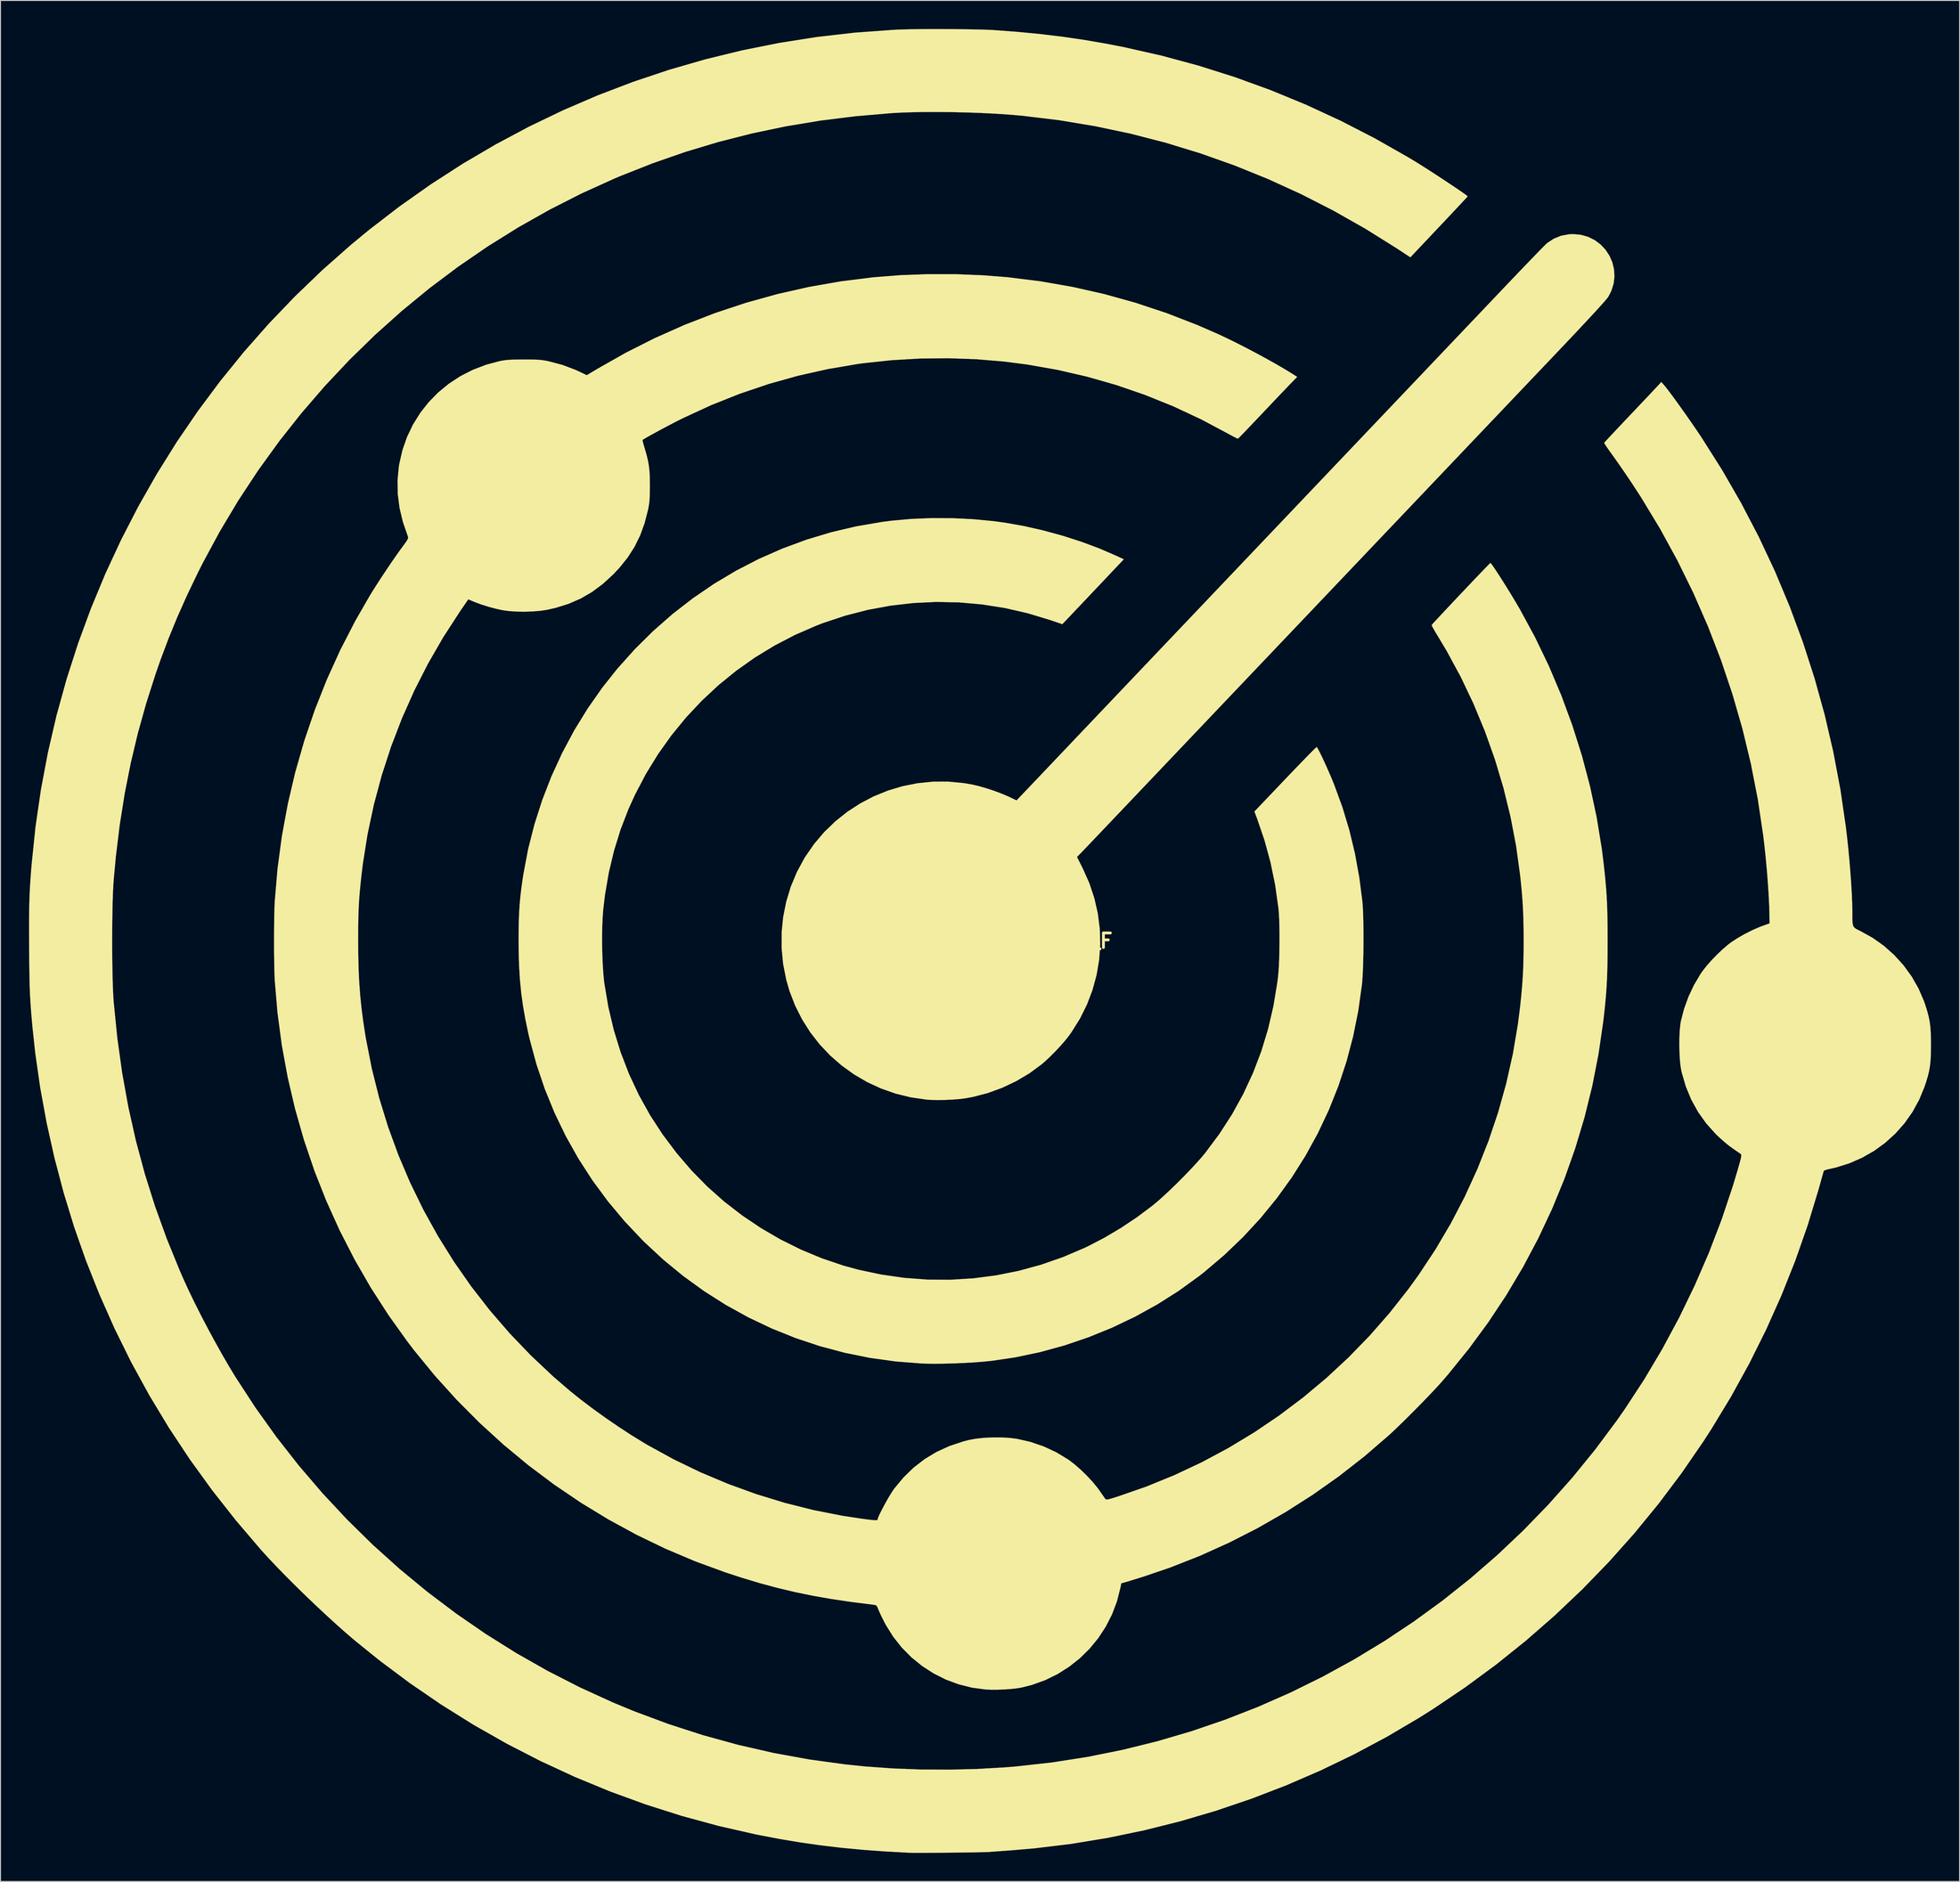
<source format=kicad_pcb>
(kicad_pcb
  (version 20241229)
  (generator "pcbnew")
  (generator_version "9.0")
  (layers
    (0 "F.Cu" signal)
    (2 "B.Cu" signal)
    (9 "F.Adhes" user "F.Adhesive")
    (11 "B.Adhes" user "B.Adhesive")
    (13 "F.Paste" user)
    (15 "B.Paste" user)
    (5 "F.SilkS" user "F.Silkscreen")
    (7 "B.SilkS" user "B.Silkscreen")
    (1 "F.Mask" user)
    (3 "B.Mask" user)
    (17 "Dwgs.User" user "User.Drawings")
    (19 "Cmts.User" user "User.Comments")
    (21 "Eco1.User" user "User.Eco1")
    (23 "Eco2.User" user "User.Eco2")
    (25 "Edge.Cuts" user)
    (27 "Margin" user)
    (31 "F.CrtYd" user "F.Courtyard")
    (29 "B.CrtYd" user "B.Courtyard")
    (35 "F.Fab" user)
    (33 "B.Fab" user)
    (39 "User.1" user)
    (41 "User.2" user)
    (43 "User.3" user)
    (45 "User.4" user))
  (footprint "radar-tracking_20x20_F"
    (layer "F.Cu")
    (at 99.879 95.798)
    (property "Reference" "radar-tracking_20x20_F" (at 0 0 0) (layer "F.SilkS") (effects (font (size 1.524 1.524) (thickness 0.3))))
    (attr through_hole)
    (fp_poly (pts (xy 63.104 -74.176) (xy 63.87 -73.957) (xy 64.561 -73.611) (xy 65.168 -73.157) (xy 65.683 -72.608) (xy 66.094 -71.984) (xy 66.394 -71.299) (xy 66.573 -70.57) (xy 66.622 -69.813) (xy 66.532 -69.046) (xy 66.292 -68.284) (xy 65.979 -67.675) (xy 65.854 -67.508) (xy 65.611 -67.22) (xy 65.252 -66.815) (xy 64.779 -66.292) (xy 64.191 -65.655) (xy 63.492 -64.903) (xy 62.681 -64.038) (xy 61.76 -63.062) (xy 60.731 -61.975) (xy 60.156 -61.37) (xy 59.212 -60.377) (xy 58.191 -59.305) (xy 57.116 -58.174) (xy 56.007 -57.007) (xy 54.885 -55.827) (xy 53.771 -54.656) (xy 52.687 -53.516) (xy 51.654 -52.43) (xy 50.694 -51.419) (xy 49.826 -50.507) (xy 49.743 -50.419) (xy 49.084 -49.726) (xy 48.402 -49.008) (xy 47.69 -48.259) (xy 46.945 -47.475) (xy 46.161 -46.651) (xy 45.334 -45.78) (xy 44.458 -44.859) (xy 43.53 -43.883) (xy 42.543 -42.845) (xy 41.494 -41.742) (xy 40.378 -40.567) (xy 39.189 -39.317) (xy 37.923 -37.985) (xy 36.576 -36.567) (xy 35.141 -35.058) (xy 33.615 -33.453) (xy 31.992 -31.746) (xy 30.268 -29.932) (xy 28.438 -28.007) (xy 26.496 -25.965) (xy 26.12 -25.569) (xy 25.424 -24.837) (xy 24.628 -24) (xy 23.752 -23.078) (xy 22.812 -22.089) (xy 21.827 -21.053) (xy 20.814 -19.987) (xy 19.791 -18.911) (xy 18.777 -17.843) (xy 17.787 -16.802) (xy 16.841 -15.806) (xy 16.425 -15.369) (xy 15.618 -14.519) (xy 14.839 -13.7) (xy 14.096 -12.919) (xy 13.4 -12.187) (xy 12.756 -11.511) (xy 12.176 -10.901) (xy 11.666 -10.366) (xy 11.236 -9.915) (xy 10.894 -9.557) (xy 10.648 -9.301) (xy 10.507 -9.155) (xy 10.485 -9.132) (xy 10.175 -8.82) (xy 10.786 -7.606) (xy 11.474 -6.06) (xy 11.999 -4.48) (xy 12.364 -2.874) (xy 12.569 -1.255) (xy 12.614 0.368) (xy 12.502 1.984) (xy 12.232 3.582) (xy 11.805 5.152) (xy 11.223 6.684) (xy 10.486 8.167) (xy 9.596 9.59) (xy 9.292 10.013) (xy 8.917 10.484) (xy 8.448 11.02) (xy 7.923 11.581) (xy 7.383 12.127) (xy 6.864 12.617) (xy 6.468 12.96) (xy 5.191 13.901) (xy 3.806 14.726) (xy 2.339 15.422) (xy 0.814 15.98) (xy -0.744 16.387) (xy -1.639 16.548) (xy -2.276 16.624) (xy -3.012 16.678) (xy -3.79 16.71) (xy -4.553 16.718) (xy -5.243 16.699) (xy -5.625 16.672) (xy -7.273 16.434) (xy -8.869 16.042) (xy -10.404 15.502) (xy -11.869 14.823) (xy -13.255 14.011) (xy -14.554 13.075) (xy -15.756 12.022) (xy -16.853 10.86) (xy -17.836 9.595) (xy -18.696 8.236) (xy -19.424 6.79) (xy -20.012 5.265) (xy -20.355 4.076) (xy -20.679 2.427) (xy -20.84 0.77) (xy -20.837 -0.884) (xy -20.674 -2.523) (xy -20.352 -4.134) (xy -19.873 -5.706) (xy -19.239 -7.227) (xy -18.451 -8.686) (xy -18.369 -8.82) (xy -17.427 -10.181) (xy -16.368 -11.429) (xy -15.201 -12.557) (xy -13.939 -13.562) (xy -12.591 -14.438) (xy -11.169 -15.181) (xy -9.685 -15.786) (xy -8.148 -16.248) (xy -6.57 -16.563) (xy -4.962 -16.725) (xy -3.335 -16.73) (xy -1.7 -16.574) (xy -0.813 -16.42) (xy -0.104 -16.252) (xy 0.691 -16.022) (xy 1.508 -15.752) (xy 2.287 -15.46) (xy 2.967 -15.169) (xy 3.037 -15.136) (xy 3.829 -14.758) (xy 4.525 -15.486) (xy 4.701 -15.671) (xy 4.983 -15.967) (xy 5.358 -16.361) (xy 5.815 -16.841) (xy 6.342 -17.396) (xy 6.929 -18.013) (xy 7.563 -18.681) (xy 8.232 -19.386) (xy 8.926 -20.116) (xy 9.321 -20.532) (xy 10.02 -21.269) (xy 10.819 -22.11) (xy 11.699 -23.036) (xy 12.642 -24.029) (xy 13.632 -25.07) (xy 14.649 -26.141) (xy 15.676 -27.222) (xy 16.696 -28.295) (xy 17.69 -29.341) (xy 18.642 -30.343) (xy 19.094 -30.819) (xy 19.938 -31.706) (xy 20.881 -32.699) (xy 21.909 -33.78) (xy 23.005 -34.932) (xy 24.151 -36.139) (xy 25.333 -37.383) (xy 26.534 -38.646) (xy 27.737 -39.912) (xy 28.927 -41.163) (xy 30.086 -42.383) (xy 31.199 -43.554) (xy 32.131 -44.535) (xy 33.189 -45.648) (xy 34.308 -46.825) (xy 35.472 -48.05) (xy 36.664 -49.304) (xy 37.867 -50.57) (xy 39.067 -51.832) (xy 40.245 -53.072) (xy 41.387 -54.273) (xy 42.475 -55.418) (xy 43.494 -56.49) (xy 44.427 -57.472) (xy 45.167 -58.251) (xy 46.094 -59.225) (xy 47.074 -60.257) (xy 48.09 -61.326) (xy 49.124 -62.414) (xy 50.158 -63.502) (xy 51.174 -64.571) (xy 52.153 -65.601) (xy 53.079 -66.575) (xy 53.932 -67.474) (xy 54.696 -68.277) (xy 55.024 -68.622) (xy 55.721 -69.355) (xy 56.391 -70.057) (xy 57.025 -70.719) (xy 57.611 -71.329) (xy 58.14 -71.877) (xy 58.601 -72.353) (xy 58.985 -72.745) (xy 59.28 -73.043) (xy 59.477 -73.237) (xy 59.554 -73.309) (xy 60.25 -73.77) (xy 61.018 -74.079) (xy 61.85 -74.234) (xy 62.272 -74.253) (xy 63.104 -74.176)) (stroke (width 0.01) (type solid)) (fill yes) (layer "F.SilkS"))
    (fp_poly (pts (xy -2.882 -44.407) (xy -0.716 -44.3) (xy 1.392 -44.1) (xy 2.621 -43.933) (xy 4.618 -43.578) (xy 6.644 -43.118) (xy 8.661 -42.566) (xy 10.63 -41.933) (xy 12.515 -41.231) (xy 14.275 -40.47) (xy 14.297 -40.46) (xy 15.089 -40.09) (xy 12.527 -37.38) (xy 11.962 -36.784) (xy 11.409 -36.2) (xy 10.884 -35.645) (xy 10.403 -35.137) (xy 9.982 -34.693) (xy 9.637 -34.329) (xy 9.385 -34.063) (xy 9.3 -33.974) (xy 8.635 -33.277) (xy 7.302 -33.73) (xy 4.967 -34.434) (xy 2.599 -34.975) (xy 0.209 -35.351) (xy -2.196 -35.564) (xy -4.606 -35.613) (xy -7.014 -35.499) (xy -9.41 -35.222) (xy -11.786 -34.782) (xy -14.133 -34.179) (xy -16.443 -33.414) (xy -17.185 -33.13) (xy -19.425 -32.155) (xy -21.58 -31.035) (xy -23.645 -29.776) (xy -25.614 -28.384) (xy -27.482 -26.864) (xy -29.242 -25.222) (xy -30.89 -23.464) (xy -32.418 -21.595) (xy -33.822 -19.621) (xy -35.097 -17.547) (xy -36.235 -15.379) (xy -36.922 -13.868) (xy -37.753 -11.717) (xy -38.446 -9.479) (xy -38.997 -7.168) (xy -39.401 -4.802) (xy -39.586 -3.217) (xy -39.644 -2.425) (xy -39.681 -1.516) (xy -39.697 -0.528) (xy -39.693 0.499) (xy -39.67 1.527) (xy -39.629 2.516) (xy -39.569 3.427) (xy -39.492 4.221) (xy -39.464 4.447) (xy -39.044 6.942) (xy -38.472 9.363) (xy -37.748 11.709) (xy -36.872 13.982) (xy -35.844 16.18) (xy -34.664 18.304) (xy -33.331 20.353) (xy -31.847 22.326) (xy -30.294 24.135) (xy -28.643 25.817) (xy -26.87 27.391) (xy -24.986 28.847) (xy -23.005 30.179) (xy -20.939 31.38) (xy -18.801 32.44) (xy -16.605 33.354) (xy -14.361 34.113) (xy -12.827 34.534) (xy -10.406 35.051) (xy -7.977 35.401) (xy -5.545 35.584) (xy -3.118 35.6) (xy -0.702 35.452) (xy 1.696 35.138) (xy 4.07 34.661) (xy 6.413 34.02) (xy 8.719 33.216) (xy 10.981 32.25) (xy 11.303 32.097) (xy 13.044 31.195) (xy 14.79 30.16) (xy 16.492 29.024) (xy 18.103 27.816) (xy 18.119 27.804) (xy 18.668 27.345) (xy 19.297 26.783) (xy 19.981 26.143) (xy 20.692 25.454) (xy 21.402 24.741) (xy 22.086 24.033) (xy 22.717 23.355) (xy 23.267 22.735) (xy 23.655 22.267) (xy 25.139 20.275) (xy 26.468 18.215) (xy 27.642 16.086) (xy 28.663 13.887) (xy 29.531 11.616) (xy 30.246 9.273) (xy 30.809 6.856) (xy 31.22 4.364) (xy 31.298 3.742) (xy 31.348 3.191) (xy 31.389 2.51) (xy 31.419 1.732) (xy 31.439 0.893) (xy 31.448 0.027) (xy 31.447 -0.832) (xy 31.434 -1.65) (xy 31.41 -2.392) (xy 31.374 -3.024) (xy 31.342 -3.387) (xy 30.996 -5.854) (xy 30.506 -8.248) (xy 29.867 -10.591) (xy 29.073 -12.908) (xy 29.023 -13.039) (xy 28.813 -13.589) (xy 32.036 -16.976) (xy 32.639 -17.608) (xy 33.209 -18.202) (xy 33.734 -18.747) (xy 34.203 -19.231) (xy 34.607 -19.643) (xy 34.933 -19.973) (xy 35.171 -20.208) (xy 35.311 -20.339) (xy 35.343 -20.362) (xy 35.41 -20.288) (xy 35.532 -20.078) (xy 35.699 -19.755) (xy 35.902 -19.34) (xy 36.13 -18.855) (xy 36.374 -18.319) (xy 36.623 -17.756) (xy 36.867 -17.187) (xy 37.097 -16.632) (xy 37.18 -16.425) (xy 38.044 -14.063) (xy 38.77 -11.663) (xy 39.361 -9.204) (xy 39.822 -6.667) (xy 40.148 -4.149) (xy 40.189 -3.63) (xy 40.222 -2.972) (xy 40.245 -2.203) (xy 40.259 -1.354) (xy 40.265 -0.453) (xy 40.262 0.471) (xy 40.25 1.387) (xy 40.23 2.266) (xy 40.202 3.08) (xy 40.166 3.798) (xy 40.122 4.391) (xy 40.104 4.572) (xy 39.72 7.326) (xy 39.177 10.027) (xy 38.478 12.671) (xy 37.625 15.251) (xy 36.622 17.763) (xy 35.471 20.203) (xy 34.176 22.563) (xy 32.739 24.841) (xy 31.162 27.03) (xy 29.45 29.125) (xy 27.604 31.122) (xy 25.627 33.016) (xy 23.523 34.8) (xy 22.987 35.221) (xy 20.851 36.768) (xy 18.61 38.189) (xy 16.279 39.477) (xy 13.87 40.627) (xy 11.396 41.634) (xy 8.871 42.493) (xy 6.306 43.199) (xy 3.716 43.745) (xy 1.27 44.108) (xy 0.392 44.198) (xy -0.598 44.275) (xy -1.656 44.337) (xy -2.74 44.383) (xy -3.806 44.411) (xy -4.814 44.42) (xy -5.718 44.408) (xy -6.138 44.392) (xy -8.867 44.18) (xy -11.563 43.804) (xy -14.219 43.266) (xy -16.829 42.569) (xy -19.386 41.717) (xy -21.883 40.712) (xy -24.315 39.557) (xy -26.675 38.255) (xy -28.956 36.808) (xy -31.151 35.221) (xy -33.255 33.494) (xy -35.26 31.633) (xy -35.438 31.456) (xy -37.337 29.443) (xy -39.097 27.337) (xy -40.714 25.141) (xy -42.186 22.861) (xy -43.511 20.5) (xy -44.688 18.061) (xy -45.713 15.549) (xy -46.585 12.967) (xy -47.302 10.32) (xy -47.449 9.683) (xy -47.754 8.22) (xy -47.999 6.824) (xy -48.187 5.453) (xy -48.323 4.068) (xy -48.412 2.626) (xy -48.457 1.087) (xy -48.465 0) (xy -48.46 -1.11) (xy -48.441 -2.089) (xy -48.407 -2.976) (xy -48.354 -3.81) (xy -48.279 -4.627) (xy -48.181 -5.468) (xy -48.056 -6.37) (xy -47.958 -7.011) (xy -47.462 -9.639) (xy -46.801 -12.236) (xy -45.982 -14.793) (xy -45.009 -17.299) (xy -43.885 -19.745) (xy -42.616 -22.12) (xy -41.206 -24.416) (xy -39.659 -26.621) (xy -38.108 -28.575) (xy -36.269 -30.631) (xy -34.325 -32.557) (xy -32.281 -34.35) (xy -30.142 -36.007) (xy -27.915 -37.526) (xy -25.604 -38.902) (xy -23.215 -40.134) (xy -20.753 -41.217) (xy -18.225 -42.15) (xy -15.635 -42.93) (xy -12.99 -43.552) (xy -10.294 -44.015) (xy -9.229 -44.151) (xy -7.186 -44.333) (xy -5.055 -44.418) (xy -2.882 -44.407)) (stroke (width 0.01) (type solid)) (fill yes) (layer "F.SilkS"))
    (fp_poly (pts (xy -2.549 -70.041) (xy 0.334 -69.924) (xy 2.921 -69.718) (xy 6.341 -69.292) (xy 9.719 -68.702) (xy 13.055 -67.948) (xy 16.35 -67.029) (xy 19.603 -65.947) (xy 22.815 -64.7) (xy 24.974 -63.759) (xy 25.888 -63.33) (xy 26.882 -62.842) (xy 27.922 -62.312) (xy 28.976 -61.758) (xy 30.012 -61.196) (xy 30.997 -60.645) (xy 31.899 -60.122) (xy 32.685 -59.644) (xy 32.842 -59.544) (xy 33.299 -59.253) (xy 32.706 -58.646) (xy 32.518 -58.452) (xy 32.23 -58.151) (xy 31.858 -57.761) (xy 31.417 -57.298) (xy 30.924 -56.78) (xy 30.395 -56.222) (xy 29.846 -55.642) (xy 29.63 -55.414) (xy 29.103 -54.858) (xy 28.611 -54.341) (xy 28.167 -53.875) (xy 27.783 -53.474) (xy 27.471 -53.151) (xy 27.243 -52.917) (xy 27.112 -52.787) (xy 27.086 -52.764) (xy 26.993 -52.794) (xy 26.783 -52.894) (xy 26.486 -53.049) (xy 26.13 -53.244) (xy 26.064 -53.281) (xy 23.209 -54.8) (xy 20.296 -56.161) (xy 17.325 -57.362) (xy 14.3 -58.403) (xy 11.223 -59.283) (xy 8.095 -60.002) (xy 4.92 -60.559) (xy 2.496 -60.871) (xy -0.404 -61.113) (xy -3.36 -61.216) (xy -6.335 -61.182) (xy -9.292 -61.01) (xy -12.194 -60.701) (xy -12.827 -60.615) (xy -16.004 -60.075) (xy -19.134 -59.372) (xy -22.216 -58.507) (xy -25.248 -57.48) (xy -28.229 -56.293) (xy -31.157 -54.944) (xy -31.747 -54.649) (xy -32.2 -54.417) (xy -32.697 -54.157) (xy -33.214 -53.883) (xy -33.728 -53.607) (xy -34.216 -53.342) (xy -34.654 -53.1) (xy -35.019 -52.894) (xy -35.287 -52.737) (xy -35.436 -52.642) (xy -35.454 -52.628) (xy -35.444 -52.539) (xy -35.392 -52.324) (xy -35.307 -52.018) (xy -35.23 -51.761) (xy -35.034 -51.089) (xy -34.889 -50.495) (xy -34.788 -49.932) (xy -34.723 -49.352) (xy -34.689 -48.707) (xy -34.679 -47.951) (xy -34.679 -47.794) (xy -34.685 -47.163) (xy -34.699 -46.662) (xy -34.725 -46.249) (xy -34.767 -45.885) (xy -34.826 -45.529) (xy -34.873 -45.297) (xy -35.234 -43.891) (xy -35.702 -42.603) (xy -36.288 -41.409) (xy -37.007 -40.285) (xy -37.87 -39.207) (xy -38.56 -38.475) (xy -39.644 -37.486) (xy -40.766 -36.654) (xy -41.947 -35.968) (xy -43.206 -35.419) (xy -44.563 -34.994) (xy -45.487 -34.785) (xy -46.183 -34.68) (xy -46.987 -34.615) (xy -47.841 -34.588) (xy -48.692 -34.601) (xy -49.486 -34.655) (xy -50.123 -34.741) (xy -50.839 -34.895) (xy -51.617 -35.104) (xy -52.387 -35.346) (xy -53.073 -35.6) (xy -53.186 -35.647) (xy -53.752 -35.886) (xy -54.633 -34.601) (xy -56.379 -31.908) (xy -57.977 -29.136) (xy -59.425 -26.291) (xy -60.72 -23.381) (xy -61.861 -20.412) (xy -62.844 -17.389) (xy -63.668 -14.319) (xy -64.331 -11.208) (xy -64.829 -8.062) (xy -64.975 -6.858) (xy -65.066 -6.008) (xy -65.14 -5.246) (xy -65.198 -4.538) (xy -65.243 -3.85) (xy -65.275 -3.148) (xy -65.297 -2.398) (xy -65.31 -1.567) (xy -65.315 -0.621) (xy -65.316 0) (xy -65.304 1.599) (xy -65.265 3.069) (xy -65.198 4.448) (xy -65.098 5.774) (xy -64.964 7.086) (xy -64.791 8.422) (xy -64.577 9.82) (xy -64.509 10.231) (xy -63.894 13.374) (xy -63.119 16.467) (xy -62.186 19.505) (xy -61.099 22.484) (xy -59.86 25.397) (xy -58.473 28.24) (xy -56.94 31.008) (xy -55.264 33.695) (xy -53.448 36.297) (xy -51.496 38.809) (xy -49.41 41.225) (xy -47.193 43.54) (xy -44.848 45.75) (xy -43.095 47.261) (xy -41.938 48.19) (xy -40.665 49.153) (xy -39.316 50.123) (xy -37.933 51.07) (xy -36.557 51.967) (xy -35.228 52.783) (xy -34.925 52.962) (xy -32.189 54.464) (xy -29.367 55.827) (xy -26.472 57.047) (xy -23.518 58.119) (xy -20.517 59.039) (xy -17.484 59.801) (xy -14.431 60.402) (xy -12.422 60.706) (xy -11.851 60.781) (xy -11.425 60.832) (xy -11.125 60.86) (xy -10.929 60.866) (xy -10.816 60.849) (xy -10.764 60.812) (xy -10.753 60.76) (xy -10.711 60.607) (xy -10.597 60.339) (xy -10.425 59.982) (xy -10.211 59.566) (xy -9.971 59.119) (xy -9.719 58.669) (xy -9.47 58.245) (xy -9.241 57.876) (xy -9.046 57.589) (xy -9.028 57.563) (xy -8.052 56.384) (xy -6.988 55.347) (xy -5.83 54.451) (xy -4.578 53.694) (xy -3.226 53.074) (xy -1.772 52.588) (xy -1.185 52.437) (xy -0.453 52.301) (xy 0.392 52.21) (xy 1.298 52.164) (xy 2.213 52.165) (xy 3.086 52.213) (xy 3.859 52.31) (xy 5.281 52.633) (xy 6.664 53.106) (xy 7.981 53.716) (xy 9.205 54.454) (xy 9.398 54.588) (xy 9.99 55.048) (xy 10.618 55.603) (xy 11.24 56.213) (xy 11.818 56.836) (xy 12.31 57.434) (xy 12.507 57.703) (xy 12.733 58.029) (xy 12.933 58.315) (xy 13.08 58.525) (xy 13.142 58.611) (xy 13.193 58.665) (xy 13.267 58.691) (xy 13.391 58.684) (xy 13.59 58.64) (xy 13.889 58.554) (xy 14.315 58.42) (xy 14.478 58.369) (xy 17.479 57.324) (xy 20.416 56.124) (xy 23.285 54.774) (xy 26.077 53.278) (xy 28.789 51.64) (xy 31.412 49.865) (xy 33.943 47.957) (xy 36.374 45.921) (xy 38.699 43.761) (xy 40.913 41.482) (xy 43.009 39.088) (xy 44.982 36.583) (xy 46.061 35.091) (xy 47.822 32.43) (xy 49.439 29.685) (xy 50.908 26.865) (xy 52.228 23.976) (xy 53.396 21.026) (xy 54.408 18.023) (xy 55.262 14.973) (xy 55.955 11.884) (xy 56.485 8.763) (xy 56.72 6.9) (xy 56.837 5.788) (xy 56.927 4.772) (xy 56.995 3.805) (xy 57.043 2.84) (xy 57.072 1.829) (xy 57.086 0.724) (xy 57.088 0) (xy 57.082 -1.183) (xy 57.062 -2.244) (xy 57.026 -3.231) (xy 56.971 -4.191) (xy 56.894 -5.172) (xy 56.793 -6.221) (xy 56.72 -6.9) (xy 56.297 -9.979) (xy 55.711 -13.044) (xy 54.966 -16.084) (xy 54.066 -19.086) (xy 53.016 -22.037) (xy 51.82 -24.925) (xy 50.482 -27.738) (xy 49.007 -30.462) (xy 48.071 -32.028) (xy 47.839 -32.41) (xy 47.645 -32.743) (xy 47.505 -33) (xy 47.434 -33.154) (xy 47.428 -33.184) (xy 47.49 -33.259) (xy 47.655 -33.442) (xy 47.91 -33.719) (xy 48.242 -34.076) (xy 48.637 -34.499) (xy 49.083 -34.974) (xy 49.566 -35.488) (xy 50.073 -36.026) (xy 50.592 -36.574) (xy 51.108 -37.119) (xy 51.609 -37.648) (xy 52.082 -38.145) (xy 52.514 -38.597) (xy 52.891 -38.99) (xy 53.2 -39.31) (xy 53.428 -39.544) (xy 53.563 -39.678) (xy 53.594 -39.704) (xy 53.668 -39.633) (xy 53.817 -39.435) (xy 54.03 -39.127) (xy 54.295 -38.727) (xy 54.602 -38.255) (xy 54.938 -37.726) (xy 55.293 -37.16) (xy 55.654 -36.575) (xy 56.011 -35.988) (xy 56.351 -35.417) (xy 56.664 -34.881) (xy 56.687 -34.84) (xy 58.278 -31.906) (xy 59.729 -28.887) (xy 61.037 -25.796) (xy 62.198 -22.644) (xy 63.208 -19.445) (xy 64.063 -16.209) (xy 64.758 -12.951) (xy 65.291 -9.681) (xy 65.485 -8.128) (xy 65.59 -7.169) (xy 65.676 -6.301) (xy 65.746 -5.494) (xy 65.8 -4.713) (xy 65.841 -3.927) (xy 65.87 -3.103) (xy 65.889 -2.209) (xy 65.9 -1.211) (xy 65.903 -0.077) (xy 65.903 -0.042) (xy 65.9 1.169) (xy 65.889 2.244) (xy 65.867 3.215) (xy 65.833 4.113) (xy 65.785 4.972) (xy 65.721 5.825) (xy 65.641 6.702) (xy 65.541 7.638) (xy 65.444 8.467) (xy 64.948 11.874) (xy 64.291 15.236) (xy 63.472 18.549) (xy 62.494 21.809) (xy 61.359 25.013) (xy 60.068 28.156) (xy 58.623 31.236) (xy 57.026 34.248) (xy 55.278 37.188) (xy 53.38 40.054) (xy 51.336 42.84) (xy 49.146 45.544) (xy 48.483 46.313) (xy 48.064 46.779) (xy 47.546 47.336) (xy 46.952 47.96) (xy 46.307 48.625) (xy 45.635 49.308) (xy 44.959 49.984) (xy 44.306 50.629) (xy 43.697 51.217) (xy 43.159 51.725) (xy 42.926 51.939) (xy 40.364 54.149) (xy 37.696 56.234) (xy 34.931 58.189) (xy 32.077 60.009) (xy 29.144 61.688) (xy 26.14 63.222) (xy 23.074 64.605) (xy 19.956 65.832) (xy 17.272 66.748) (xy 16.76 66.909) (xy 16.267 67.063) (xy 15.831 67.198) (xy 15.489 67.301) (xy 15.309 67.353) (xy 14.827 67.488) (xy 14.732 67.971) (xy 14.368 69.396) (xy 13.853 70.757) (xy 13.197 72.044) (xy 12.41 73.246) (xy 11.501 74.354) (xy 10.479 75.36) (xy 9.354 76.252) (xy 8.136 77.023) (xy 6.835 77.661) (xy 5.459 78.158) (xy 4.318 78.445) (xy 3.813 78.526) (xy 3.191 78.592) (xy 2.504 78.639) (xy 1.805 78.665) (xy 1.146 78.667) (xy 0.588 78.642) (xy -0.855 78.449) (xy -2.257 78.097) (xy -3.605 77.594) (xy -4.888 76.949) (xy -6.092 76.169) (xy -7.207 75.263) (xy -8.22 74.239) (xy -9.119 73.104) (xy -9.891 71.868) (xy -10.063 71.543) (xy -10.269 71.133) (xy -10.459 70.738) (xy -10.613 70.402) (xy -10.709 70.172) (xy -10.799 69.947) (xy -10.891 69.823) (xy -11.038 69.762) (xy -11.294 69.725) (xy -11.334 69.72) (xy -13.521 69.446) (xy -15.573 69.142) (xy -17.525 68.8) (xy -19.41 68.414) (xy -21.262 67.974) (xy -23.114 67.475) (xy -25 66.908) (xy -26.75 66.336) (xy -29.923 65.174) (xy -33.032 63.857) (xy -36.073 62.388) (xy -39.039 60.773) (xy -41.924 59.015) (xy -44.724 57.118) (xy -47.432 55.086) (xy -50.043 52.924) (xy -52.552 50.635) (xy -54.951 48.224) (xy -57.237 45.695) (xy -59.404 43.051) (xy -60.148 42.079) (xy -62.146 39.283) (xy -63.998 36.403) (xy -65.701 33.444) (xy -67.255 30.412) (xy -68.657 27.311) (xy -69.906 24.146) (xy -71 20.922) (xy -71.936 17.645) (xy -72.714 14.318) (xy -73.331 10.947) (xy -73.785 7.537) (xy -74.072 4.149) (xy -74.095 3.645) (xy -74.114 3.002) (xy -74.128 2.251) (xy -74.138 1.42) (xy -74.143 0.542) (xy -74.143 -0.355) (xy -74.139 -1.24) (xy -74.131 -2.083) (xy -74.117 -2.854) (xy -74.099 -3.521) (xy -74.077 -4.057) (xy -74.072 -4.149) (xy -73.779 -7.595) (xy -73.321 -11.009) (xy -72.699 -14.387) (xy -71.916 -17.722) (xy -70.973 -21.01) (xy -69.871 -24.246) (xy -68.612 -27.425) (xy -67.197 -30.542) (xy -65.628 -33.592) (xy -64.109 -36.237) (xy -63.715 -36.876) (xy -63.254 -37.6) (xy -62.751 -38.371) (xy -62.23 -39.153) (xy -61.716 -39.91) (xy -61.235 -40.603) (xy -60.809 -41.196) (xy -60.723 -41.313) (xy -60.441 -41.696) (xy -60.248 -41.97) (xy -60.129 -42.161) (xy -60.073 -42.297) (xy -60.065 -42.403) (xy -60.093 -42.506) (xy -60.106 -42.541) (xy -60.619 -44.034) (xy -60.968 -45.501) (xy -61.153 -46.951) (xy -61.176 -48.393) (xy -61.037 -49.838) (xy -60.991 -50.123) (xy -60.658 -51.57) (xy -60.175 -52.949) (xy -59.55 -54.252) (xy -58.79 -55.471) (xy -57.906 -56.595) (xy -56.903 -57.619) (xy -55.791 -58.532) (xy -54.578 -59.326) (xy -53.273 -59.993) (xy -51.882 -60.525) (xy -50.516 -60.892) (xy -50.181 -60.959) (xy -49.86 -61.008) (xy -49.518 -61.042) (xy -49.12 -61.064) (xy -48.628 -61.075) (xy -48.008 -61.079) (xy -47.921 -61.079) (xy -47.291 -61.077) (xy -46.794 -61.069) (xy -46.393 -61.051) (xy -46.053 -61.02) (xy -45.737 -60.975) (xy -45.409 -60.912) (xy -45.297 -60.888) (xy -43.852 -60.504) (xy -42.508 -59.996) (xy -42.102 -59.81) (xy -41.306 -59.428) (xy -40.19 -60.097) (xy -37.203 -61.791) (xy -34.144 -63.333) (xy -31.019 -64.722) (xy -27.834 -65.955) (xy -24.596 -67.03) (xy -21.309 -67.945) (xy -17.979 -68.699) (xy -14.614 -69.289) (xy -11.219 -69.714) (xy -11.176 -69.718) (xy -8.354 -69.938) (xy -5.462 -70.045) (xy -2.549 -70.041)) (stroke (width 0.01) (type solid)) (fill yes) (layer "F.SilkS"))
    (fp_poly (pts (xy -3.627 -95.791) (xy -2.655 -95.785) (xy -1.711 -95.774) (xy -0.821 -95.76) (xy -0.011 -95.742) (xy 0.692 -95.72) (xy 1.262 -95.695) (xy 1.439 -95.685) (xy 3.955 -95.496) (xy 6.346 -95.265) (xy 8.655 -94.987) (xy 10.923 -94.656) (xy 13.191 -94.266) (xy 15.124 -93.889) (xy 19.059 -92.999) (xy 22.935 -91.951) (xy 26.753 -90.743) (xy 30.511 -89.377) (xy 34.21 -87.853) (xy 37.85 -86.169) (xy 41.431 -84.327) (xy 44.953 -82.326) (xy 45.431 -82.039) (xy 45.862 -81.775) (xy 46.358 -81.465) (xy 46.901 -81.12) (xy 47.475 -80.75) (xy 48.063 -80.368) (xy 48.647 -79.985) (xy 49.211 -79.612) (xy 49.737 -79.261) (xy 50.208 -78.942) (xy 50.607 -78.667) (xy 50.917 -78.448) (xy 51.121 -78.295) (xy 51.202 -78.221) (xy 51.202 -78.217) (xy 51.142 -78.146) (xy 50.976 -77.964) (xy 50.715 -77.683) (xy 50.371 -77.313) (xy 49.954 -76.868) (xy 49.476 -76.358) (xy 48.947 -75.796) (xy 48.378 -75.194) (xy 48.185 -74.989) (xy 45.189 -71.819) (xy 43.74 -72.771) (xy 40.467 -74.819) (xy 37.125 -76.715) (xy 33.716 -78.457) (xy 30.244 -80.043) (xy 26.714 -81.473) (xy 23.129 -82.744) (xy 19.492 -83.856) (xy 15.808 -84.807) (xy 12.081 -85.595) (xy 8.313 -86.221) (xy 4.51 -86.681) (xy 3.937 -86.736) (xy 2.7 -86.836) (xy 1.353 -86.92) (xy -0.072 -86.988) (xy -1.542 -87.038) (xy -3.027 -87.07) (xy -4.494 -87.084) (xy -5.912 -87.079) (xy -7.248 -87.055) (xy -8.471 -87.011) (xy -9.271 -86.966) (xy -13.07 -86.641) (xy -16.778 -86.179) (xy -20.408 -85.576) (xy -23.971 -84.829) (xy -27.48 -83.935) (xy -30.946 -82.893) (xy -34.38 -81.699) (xy -37.795 -80.35) (xy -38.402 -80.093) (xy -41.849 -78.53) (xy -45.218 -76.818) (xy -48.504 -74.962) (xy -51.703 -72.967) (xy -54.81 -70.836) (xy -57.821 -68.574) (xy -60.731 -66.185) (xy -63.536 -63.673) (xy -66.232 -61.043) (xy -68.813 -58.299) (xy -71.276 -55.445) (xy -73.615 -52.485) (xy -75.827 -49.424) (xy -77.907 -46.265) (xy -79.85 -43.014) (xy -81.653 -39.674) (xy -82.168 -38.65) (xy -83.286 -36.316) (xy -84.298 -34.048) (xy -85.221 -31.799) (xy -86.076 -29.523) (xy -86.57 -28.109) (xy -87.575 -24.969) (xy -88.451 -21.835) (xy -89.202 -18.682) (xy -89.835 -15.484) (xy -90.354 -12.218) (xy -90.765 -8.857) (xy -90.99 -6.435) (xy -91.034 -5.768) (xy -91.072 -4.958) (xy -91.102 -4.029) (xy -91.124 -3.007) (xy -91.14 -1.917) (xy -91.148 -0.784) (xy -91.15 0.365) (xy -91.144 1.507) (xy -91.131 2.616) (xy -91.111 3.666) (xy -91.083 4.631) (xy -91.049 5.488) (xy -91.007 6.21) (xy -90.99 6.435) (xy -90.613 10.197) (xy -90.102 13.864) (xy -89.454 17.452) (xy -88.666 20.974) (xy -87.733 24.444) (xy -86.652 27.877) (xy -85.42 31.286) (xy -84.032 34.687) (xy -83.689 35.475) (xy -83.144 36.666) (xy -82.52 37.96) (xy -81.835 39.321) (xy -81.107 40.715) (xy -80.356 42.105) (xy -79.6 43.457) (xy -78.857 44.736) (xy -78.209 45.805) (xy -76.12 49.014) (xy -73.9 52.12) (xy -71.552 55.119) (xy -69.081 58.007) (xy -66.491 60.782) (xy -63.788 63.438) (xy -60.974 65.973) (xy -58.055 68.383) (xy -55.035 70.663) (xy -51.918 72.812) (xy -48.708 74.824) (xy -45.411 76.696) (xy -42.03 78.424) (xy -38.57 80.006) (xy -36.367 80.918) (xy -32.77 82.26) (xy -29.126 83.44) (xy -25.439 84.456) (xy -21.713 85.309) (xy -17.952 85.996) (xy -14.161 86.517) (xy -12.023 86.736) (xy -9.172 86.941) (xy -6.229 87.052) (xy -3.242 87.069) (xy -0.26 86.993) (xy 2.669 86.823) (xy 3.768 86.733) (xy 7.535 86.315) (xy 11.267 85.733) (xy 14.956 84.99) (xy 18.6 84.089) (xy 22.193 83.033) (xy 25.731 81.824) (xy 29.209 80.465) (xy 32.623 78.959) (xy 35.968 77.308) (xy 39.239 75.516) (xy 42.431 73.584) (xy 45.541 71.516) (xy 48.563 69.314) (xy 51.493 66.981) (xy 54.326 64.52) (xy 57.057 61.934) (xy 59.683 59.224) (xy 62.198 56.395) (xy 64.597 53.448) (xy 66.877 50.386) (xy 67.712 49.191) (xy 69.74 46.092) (xy 71.644 42.885) (xy 73.417 39.587) (xy 75.052 36.21) (xy 76.542 32.77) (xy 77.879 29.282) (xy 79.058 25.759) (xy 79.546 24.13) (xy 79.706 23.571) (xy 79.822 23.153) (xy 79.899 22.852) (xy 79.94 22.647) (xy 79.949 22.516) (xy 79.931 22.437) (xy 79.889 22.387) (xy 79.868 22.37) (xy 79.736 22.279) (xy 79.502 22.116) (xy 79.201 21.908) (xy 78.952 21.735) (xy 78.604 21.475) (xy 78.187 21.132) (xy 77.749 20.746) (xy 77.337 20.36) (xy 77.254 20.278) (xy 76.262 19.172) (xy 75.406 17.968) (xy 74.691 16.673) (xy 74.119 15.292) (xy 73.694 13.831) (xy 73.643 13.605) (xy 73.557 13.077) (xy 73.493 12.426) (xy 73.454 11.695) (xy 73.438 10.927) (xy 73.447 10.164) (xy 73.48 9.449) (xy 73.539 8.827) (xy 73.601 8.437) (xy 73.934 7.147) (xy 74.401 5.861) (xy 74.982 4.626) (xy 75.658 3.487) (xy 75.842 3.217) (xy 76.271 2.663) (xy 76.796 2.063) (xy 77.378 1.459) (xy 77.976 0.891) (xy 78.55 0.4) (xy 78.888 0.143) (xy 79.547 -0.289) (xy 80.302 -0.72) (xy 81.089 -1.119) (xy 81.844 -1.45) (xy 82.151 -1.566) (xy 82.918 -1.84) (xy 82.9 -2.846) (xy 82.869 -3.844) (xy 82.812 -4.971) (xy 82.731 -6.189) (xy 82.629 -7.461) (xy 82.51 -8.75) (xy 82.376 -10.017) (xy 82.248 -11.091) (xy 81.685 -14.86) (xy 80.957 -18.594) (xy 80.067 -22.287) (xy 79.015 -25.934) (xy 77.805 -29.532) (xy 76.437 -33.073) (xy 74.914 -36.554) (xy 73.237 -39.969) (xy 71.409 -43.314) (xy 69.432 -46.583) (xy 68.451 -48.091) (xy 68.063 -48.67) (xy 67.647 -49.281) (xy 67.232 -49.884) (xy 66.844 -50.441) (xy 66.509 -50.912) (xy 66.383 -51.086) (xy 66.104 -51.474) (xy 65.865 -51.816) (xy 65.683 -52.088) (xy 65.574 -52.267) (xy 65.55 -52.327) (xy 65.611 -52.4) (xy 65.778 -52.584) (xy 66.038 -52.865) (xy 66.379 -53.231) (xy 66.791 -53.669) (xy 67.261 -54.168) (xy 67.777 -54.715) (xy 68.241 -55.205) (xy 68.8 -55.794) (xy 69.334 -56.358) (xy 69.828 -56.88) (xy 70.269 -57.347) (xy 70.644 -57.745) (xy 70.94 -58.06) (xy 71.142 -58.276) (xy 71.225 -58.366) (xy 71.542 -58.716) (xy 71.839 -58.378) (xy 72.049 -58.122) (xy 72.339 -57.745) (xy 72.695 -57.27) (xy 73.101 -56.714) (xy 73.542 -56.1) (xy 74.006 -55.448) (xy 74.476 -54.778) (xy 74.938 -54.11) (xy 75.378 -53.465) (xy 75.762 -52.891) (xy 77.92 -49.482) (xy 79.925 -45.999) (xy 81.778 -42.445) (xy 83.477 -38.825) (xy 85.019 -35.141) (xy 86.405 -31.397) (xy 87.632 -27.597) (xy 88.7 -23.744) (xy 89.606 -19.841) (xy 90.351 -15.893) (xy 90.922 -11.98) (xy 91.058 -10.825) (xy 91.185 -9.624) (xy 91.299 -8.408) (xy 91.398 -7.206) (xy 91.481 -6.046) (xy 91.545 -4.958) (xy 91.588 -3.972) (xy 91.608 -3.115) (xy 91.609 -2.91) (xy 91.61 -2.381) (xy 91.62 -1.992) (xy 91.654 -1.713) (xy 91.725 -1.514) (xy 91.845 -1.367) (xy 92.029 -1.242) (xy 92.29 -1.11) (xy 92.463 -1.026) (xy 93.736 -0.321) (xy 94.921 0.522) (xy 96.008 1.49) (xy 96.984 2.569) (xy 97.837 3.746) (xy 98.558 5.008) (xy 99.132 6.342) (xy 99.258 6.704) (xy 99.459 7.346) (xy 99.612 7.923) (xy 99.723 8.477) (xy 99.797 9.05) (xy 99.842 9.683) (xy 99.862 10.418) (xy 99.864 10.922) (xy 99.856 11.741) (xy 99.826 12.434) (xy 99.769 13.042) (xy 99.678 13.607) (xy 99.545 14.172) (xy 99.366 14.779) (xy 99.175 15.348) (xy 98.614 16.706) (xy 97.913 17.979) (xy 97.08 19.159) (xy 96.125 20.238) (xy 95.059 21.206) (xy 93.891 22.055) (xy 92.632 22.777) (xy 91.292 23.363) (xy 89.879 23.805) (xy 89.163 23.966) (xy 88.884 24.033) (xy 88.681 24.106) (xy 88.603 24.164) (xy 88.573 24.269) (xy 88.504 24.513) (xy 88.403 24.871) (xy 88.277 25.32) (xy 88.133 25.833) (xy 88.053 26.12) (xy 86.914 29.871) (xy 85.613 33.585) (xy 84.153 37.252) (xy 82.537 40.865) (xy 80.77 44.415) (xy 78.854 47.894) (xy 76.795 51.294) (xy 75.965 52.578) (xy 73.681 55.9) (xy 71.264 59.118) (xy 68.719 62.227) (xy 66.049 65.225) (xy 63.257 68.107) (xy 60.347 70.871) (xy 57.322 73.513) (xy 54.186 76.031) (xy 50.941 78.42) (xy 47.592 80.677) (xy 46.101 81.619) (xy 42.736 83.604) (xy 39.283 85.449) (xy 35.751 87.153) (xy 32.148 88.712) (xy 28.483 90.123) (xy 24.765 91.384) (xy 21.002 92.492) (xy 17.203 93.443) (xy 13.378 94.236) (xy 9.534 94.867) (xy 5.681 95.333) (xy 3.26 95.54) (xy 2.691 95.581) (xy 2.146 95.621) (xy 1.66 95.657) (xy 1.266 95.687) (xy 1.002 95.707) (xy 0.974 95.71) (xy 0.762 95.72) (xy 0.403 95.731) (xy -0.081 95.742) (xy -0.667 95.753) (xy -1.333 95.764) (xy -2.056 95.773) (xy -2.815 95.782) (xy -3.586 95.789) (xy -4.347 95.796) (xy -5.077 95.8) (xy -5.752 95.803) (xy -6.351 95.804) (xy -6.851 95.803) (xy -7.229 95.799) (xy -7.451 95.793) (xy -9.929 95.658) (xy -12.275 95.487) (xy -14.52 95.276) (xy -16.698 95.019) (xy -18.842 94.714) (xy -20.985 94.357) (xy -23.16 93.943) (xy -23.606 93.853) (xy -27.501 92.965) (xy -31.349 91.917) (xy -35.145 90.709) (xy -38.885 89.343) (xy -42.564 87.823) (xy -46.176 86.151) (xy -49.718 84.328) (xy -53.185 82.358) (xy -56.571 80.241) (xy -59.872 77.982) (xy -63.083 75.582) (xy -65.659 73.5) (xy -66.584 72.708) (xy -67.583 71.822) (xy -68.634 70.863) (xy -69.713 69.854) (xy -70.798 68.817) (xy -71.865 67.774) (xy -72.892 66.748) (xy -73.855 65.76) (xy -74.731 64.833) (xy -75.499 63.989) (xy -75.502 63.985) (xy -78.159 60.869) (xy -80.659 57.69) (xy -83.006 54.443) (xy -85.201 51.125) (xy -87.247 47.732) (xy -89.147 44.26) (xy -90.903 40.704) (xy -92.518 37.06) (xy -93.918 33.528) (xy -95.142 30.04) (xy -96.238 26.461) (xy -97.2 22.817) (xy -98.023 19.133) (xy -98.701 15.433) (xy -99.229 11.742) (xy -99.52 9.017) (xy -99.591 8.231) (xy -99.65 7.528) (xy -99.7 6.885) (xy -99.74 6.276) (xy -99.773 5.676) (xy -99.799 5.06) (xy -99.82 4.404) (xy -99.835 3.682) (xy -99.847 2.87) (xy -99.857 1.943) (xy -99.864 0.875) (xy -99.866 0.677) (xy -99.871 -0.472) (xy -99.874 -1.476) (xy -99.871 -2.36) (xy -99.864 -3.148) (xy -99.851 -3.864) (xy -99.831 -4.532) (xy -99.803 -5.177) (xy -99.768 -5.824) (xy -99.724 -6.496) (xy -99.671 -7.217) (xy -99.608 -8.001) (xy -99.197 -11.977) (xy -98.623 -15.917) (xy -97.886 -19.817) (xy -96.991 -23.674) (xy -95.938 -27.481) (xy -94.731 -31.235) (xy -93.372 -34.931) (xy -91.863 -38.565) (xy -90.207 -42.132) (xy -88.407 -45.627) (xy -86.463 -49.046) (xy -84.38 -52.384) (xy -82.159 -55.638) (xy -79.803 -58.802) (xy -77.314 -61.871) (xy -74.695 -64.842) (xy -71.948 -67.709) (xy -69.075 -70.469) (xy -66.079 -73.117) (xy -64.177 -74.687) (xy -60.981 -77.149) (xy -57.699 -79.466) (xy -54.336 -81.638) (xy -50.894 -83.661) (xy -47.38 -85.536) (xy -43.796 -87.259) (xy -40.148 -88.83) (xy -36.439 -90.246) (xy -32.674 -91.507) (xy -28.857 -92.61) (xy -24.992 -93.554) (xy -21.084 -94.337) (xy -17.136 -94.959) (xy -13.154 -95.416) (xy -9.141 -95.708) (xy -8.564 -95.736) (xy -7.979 -95.757) (xy -7.264 -95.773) (xy -6.445 -95.784) (xy -5.548 -95.791) (xy -4.6 -95.793) (xy -3.627 -95.791)) (stroke (width 0.01) (type solid)) (fill yes) (layer "F.SilkS")))
  (gr_rect
    (start -3 -3)
    (end 202.748 194.607)
    (stroke (width 0.1) (type default))
    (fill no)
    (layer "Edge.Cuts")))
</source>
